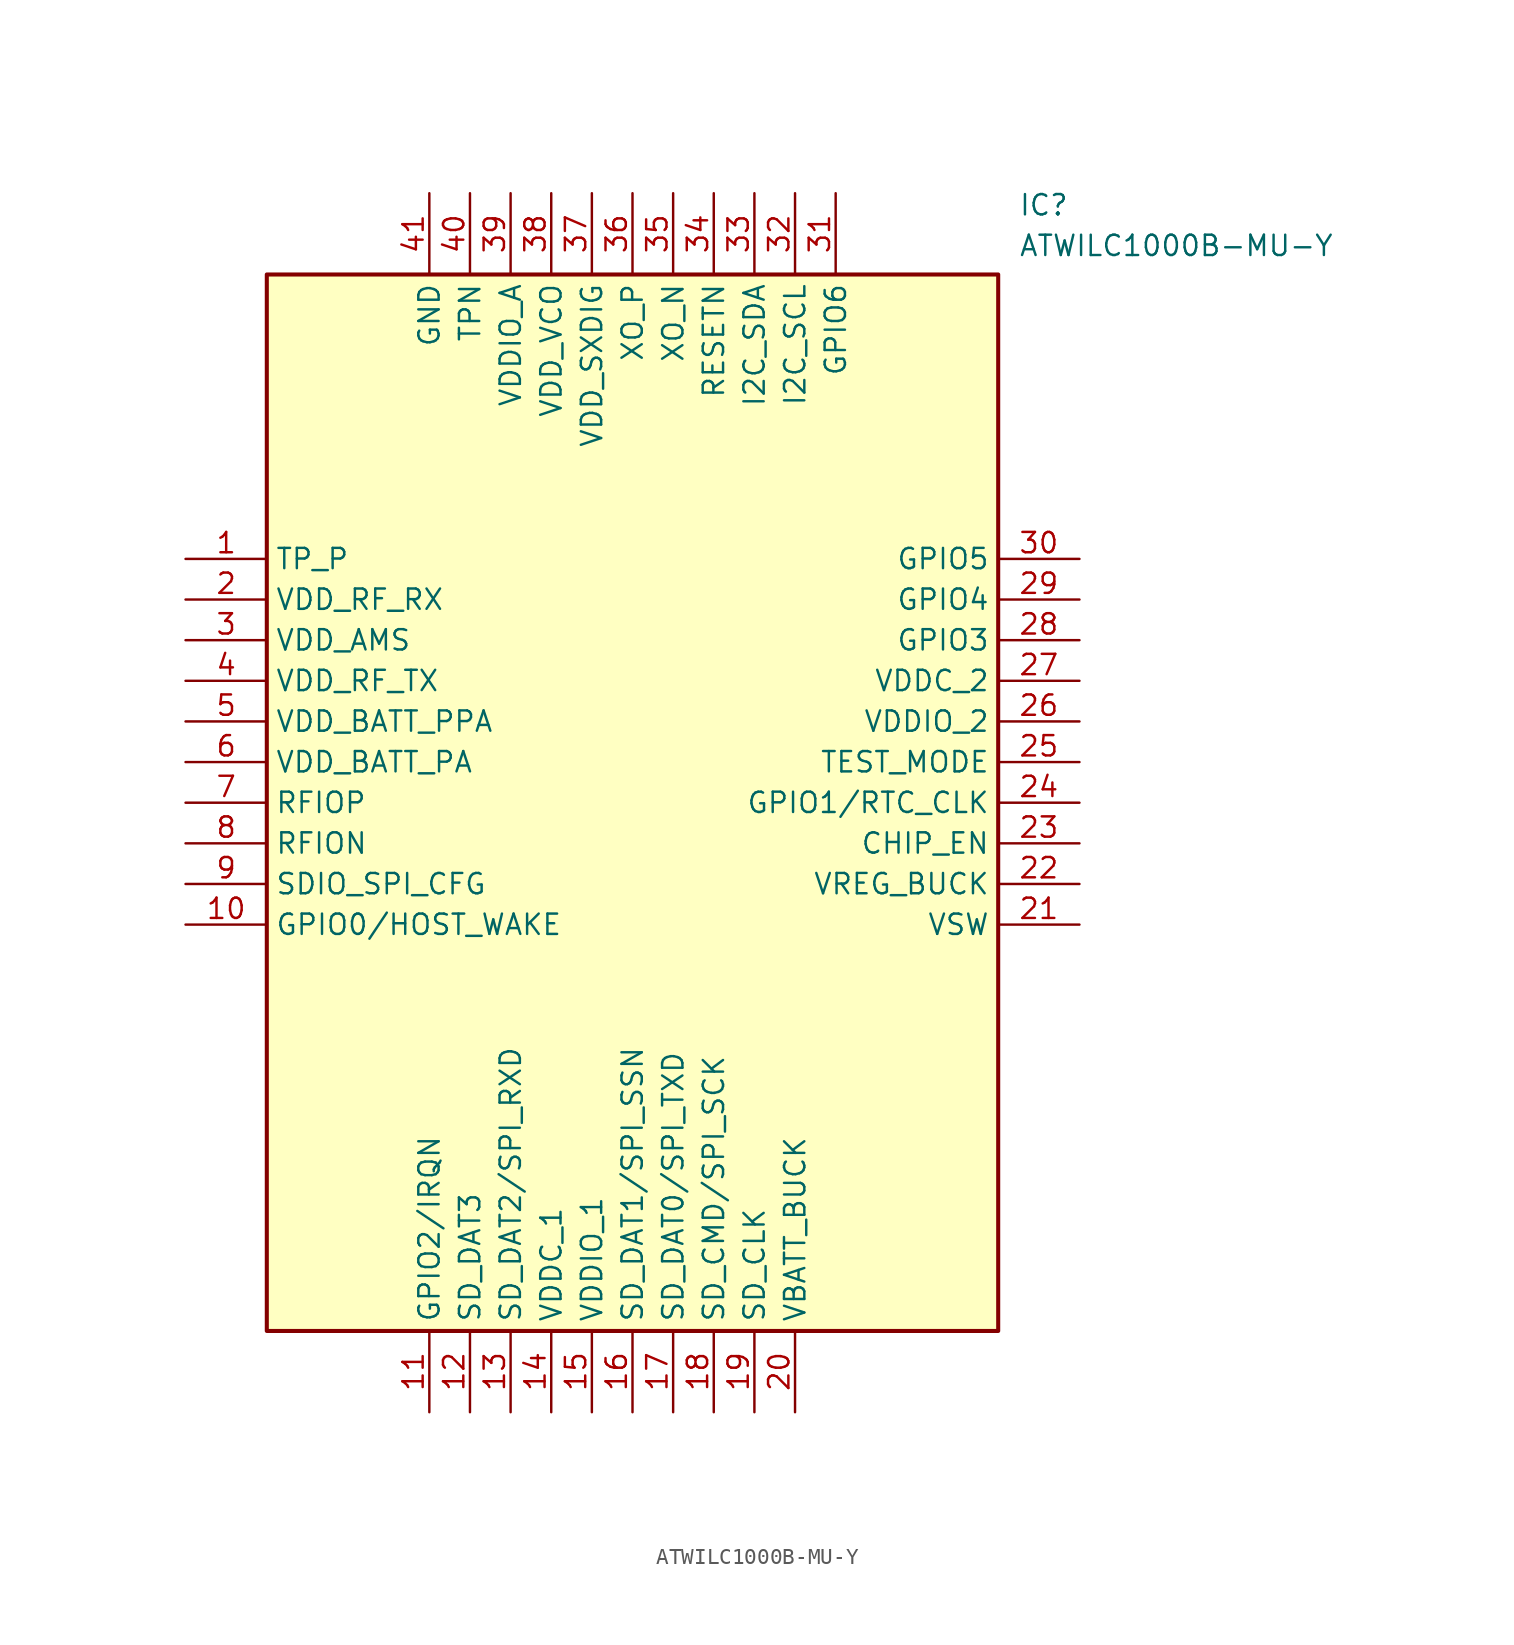
<source format=kicad_sym>
(kicad_symbol_lib
  (version 20211014)
  (generator SamacSys_ECAD_Model)
  (symbol "ATWILC1000B-MU-Y"
    (property "Reference" "IC"
      (at 52.07 22.86 0)
      (effects (font (size 1.27 1.27)) (justify left top)))
    (property "Value" "ATWILC1000B-MU-Y"
      (at 52.07 20.32 0)
      (effects (font (size 1.27 1.27)) (justify left top)))
    (rectangle
      (start 5.08 17.78)
      (end 50.8 -48.26)
      (stroke (width 0.254) (type default))
      (fill (type background)))
    (pin passive line
      (at 0 0 0)
      (length 5.08)
      (name "TP_P" (effects (font (size 1.27 1.27))))
      (number "1" (effects (font (size 1.27 1.27)))))
    (pin passive line
      (at 0 -2.54 0)
      (length 5.08)
      (name "VDD_RF_RX" (effects (font (size 1.27 1.27))))
      (number "2" (effects (font (size 1.27 1.27)))))
    (pin passive line
      (at 0 -5.08 0)
      (length 5.08)
      (name "VDD_AMS" (effects (font (size 1.27 1.27))))
      (number "3" (effects (font (size 1.27 1.27)))))
    (pin passive line
      (at 0 -7.62 0)
      (length 5.08)
      (name "VDD_RF_TX" (effects (font (size 1.27 1.27))))
      (number "4" (effects (font (size 1.27 1.27)))))
    (pin passive line
      (at 0 -10.16 0)
      (length 5.08)
      (name "VDD_BATT_PPA" (effects (font (size 1.27 1.27))))
      (number "5" (effects (font (size 1.27 1.27)))))
    (pin passive line
      (at 0 -12.7 0)
      (length 5.08)
      (name "VDD_BATT_PA" (effects (font (size 1.27 1.27))))
      (number "6" (effects (font (size 1.27 1.27)))))
    (pin passive line
      (at 0 -15.24 0)
      (length 5.08)
      (name "RFIOP" (effects (font (size 1.27 1.27))))
      (number "7" (effects (font (size 1.27 1.27)))))
    (pin passive line
      (at 0 -17.78 0)
      (length 5.08)
      (name "RFION" (effects (font (size 1.27 1.27))))
      (number "8" (effects (font (size 1.27 1.27)))))
    (pin passive line
      (at 0 -20.32 0)
      (length 5.08)
      (name "SDIO_SPI_CFG" (effects (font (size 1.27 1.27))))
      (number "9" (effects (font (size 1.27 1.27)))))
    (pin passive line
      (at 0 -22.86 0)
      (length 5.08)
      (name "GPIO0/HOST_WAKE" (effects (font (size 1.27 1.27))))
      (number "10" (effects (font (size 1.27 1.27)))))
    (pin passive line
      (at 15.24 -53.34 90)
      (length 5.08)
      (name "GPIO2/IRQN" (effects (font (size 1.27 1.27))))
      (number "11" (effects (font (size 1.27 1.27)))))
    (pin passive line
      (at 17.78 -53.34 90)
      (length 5.08)
      (name "SD_DAT3" (effects (font (size 1.27 1.27))))
      (number "12" (effects (font (size 1.27 1.27)))))
    (pin passive line
      (at 20.32 -53.34 90)
      (length 5.08)
      (name "SD_DAT2/SPI_RXD" (effects (font (size 1.27 1.27))))
      (number "13" (effects (font (size 1.27 1.27)))))
    (pin passive line
      (at 22.86 -53.34 90)
      (length 5.08)
      (name "VDDC_1" (effects (font (size 1.27 1.27))))
      (number "14" (effects (font (size 1.27 1.27)))))
    (pin passive line
      (at 25.4 -53.34 90)
      (length 5.08)
      (name "VDDIO_1" (effects (font (size 1.27 1.27))))
      (number "15" (effects (font (size 1.27 1.27)))))
    (pin passive line
      (at 27.94 -53.34 90)
      (length 5.08)
      (name "SD_DAT1/SPI_SSN" (effects (font (size 1.27 1.27))))
      (number "16" (effects (font (size 1.27 1.27)))))
    (pin passive line
      (at 30.48 -53.34 90)
      (length 5.08)
      (name "SD_DAT0/SPI_TXD" (effects (font (size 1.27 1.27))))
      (number "17" (effects (font (size 1.27 1.27)))))
    (pin passive line
      (at 33.02 -53.34 90)
      (length 5.08)
      (name "SD_CMD/SPI_SCK" (effects (font (size 1.27 1.27))))
      (number "18" (effects (font (size 1.27 1.27)))))
    (pin passive line
      (at 35.56 -53.34 90)
      (length 5.08)
      (name "SD_CLK" (effects (font (size 1.27 1.27))))
      (number "19" (effects (font (size 1.27 1.27)))))
    (pin passive line
      (at 38.1 -53.34 90)
      (length 5.08)
      (name "VBATT_BUCK" (effects (font (size 1.27 1.27))))
      (number "20" (effects (font (size 1.27 1.27)))))
    (pin passive line
      (at 55.88 0 180)
      (length 5.08)
      (name "GPIO5" (effects (font (size 1.27 1.27))))
      (number "30" (effects (font (size 1.27 1.27)))))
    (pin passive line
      (at 55.88 -2.54 180)
      (length 5.08)
      (name "GPIO4" (effects (font (size 1.27 1.27))))
      (number "29" (effects (font (size 1.27 1.27)))))
    (pin passive line
      (at 55.88 -5.08 180)
      (length 5.08)
      (name "GPIO3" (effects (font (size 1.27 1.27))))
      (number "28" (effects (font (size 1.27 1.27)))))
    (pin passive line
      (at 55.88 -7.62 180)
      (length 5.08)
      (name "VDDC_2" (effects (font (size 1.27 1.27))))
      (number "27" (effects (font (size 1.27 1.27)))))
    (pin passive line
      (at 55.88 -10.16 180)
      (length 5.08)
      (name "VDDIO_2" (effects (font (size 1.27 1.27))))
      (number "26" (effects (font (size 1.27 1.27)))))
    (pin passive line
      (at 55.88 -12.7 180)
      (length 5.08)
      (name "TEST_MODE" (effects (font (size 1.27 1.27))))
      (number "25" (effects (font (size 1.27 1.27)))))
    (pin passive line
      (at 55.88 -15.24 180)
      (length 5.08)
      (name "GPIO1/RTC_CLK" (effects (font (size 1.27 1.27))))
      (number "24" (effects (font (size 1.27 1.27)))))
    (pin passive line
      (at 55.88 -17.78 180)
      (length 5.08)
      (name "CHIP_EN" (effects (font (size 1.27 1.27))))
      (number "23" (effects (font (size 1.27 1.27)))))
    (pin passive line
      (at 55.88 -20.32 180)
      (length 5.08)
      (name "VREG_BUCK" (effects (font (size 1.27 1.27))))
      (number "22" (effects (font (size 1.27 1.27)))))
    (pin passive line
      (at 55.88 -22.86 180)
      (length 5.08)
      (name "VSW" (effects (font (size 1.27 1.27))))
      (number "21" (effects (font (size 1.27 1.27)))))
    (pin passive line
      (at 15.24 22.86 270)
      (length 5.08)
      (name "GND" (effects (font (size 1.27 1.27))))
      (number "41" (effects (font (size 1.27 1.27)))))
    (pin passive line
      (at 17.78 22.86 270)
      (length 5.08)
      (name "TPN" (effects (font (size 1.27 1.27))))
      (number "40" (effects (font (size 1.27 1.27)))))
    (pin passive line
      (at 20.32 22.86 270)
      (length 5.08)
      (name "VDDIO_A" (effects (font (size 1.27 1.27))))
      (number "39" (effects (font (size 1.27 1.27)))))
    (pin passive line
      (at 22.86 22.86 270)
      (length 5.08)
      (name "VDD_VCO" (effects (font (size 1.27 1.27))))
      (number "38" (effects (font (size 1.27 1.27)))))
    (pin passive line
      (at 25.4 22.86 270)
      (length 5.08)
      (name "VDD_SXDIG" (effects (font (size 1.27 1.27))))
      (number "37" (effects (font (size 1.27 1.27)))))
    (pin passive line
      (at 27.94 22.86 270)
      (length 5.08)
      (name "XO_P" (effects (font (size 1.27 1.27))))
      (number "36" (effects (font (size 1.27 1.27)))))
    (pin passive line
      (at 30.48 22.86 270)
      (length 5.08)
      (name "XO_N" (effects (font (size 1.27 1.27))))
      (number "35" (effects (font (size 1.27 1.27)))))
    (pin passive line
      (at 33.02 22.86 270)
      (length 5.08)
      (name "RESETN" (effects (font (size 1.27 1.27))))
      (number "34" (effects (font (size 1.27 1.27)))))
    (pin passive line
      (at 35.56 22.86 270)
      (length 5.08)
      (name "I2C_SDA" (effects (font (size 1.27 1.27))))
      (number "33" (effects (font (size 1.27 1.27)))))
    (pin passive line
      (at 38.1 22.86 270)
      (length 5.08)
      (name "I2C_SCL" (effects (font (size 1.27 1.27))))
      (number "32" (effects (font (size 1.27 1.27)))))
    (pin passive line
      (at 40.64 22.86 270)
      (length 5.08)
      (name "GPIO6" (effects (font (size 1.27 1.27))))
      (number "31" (effects (font (size 1.27 1.27)))))))
</source>
